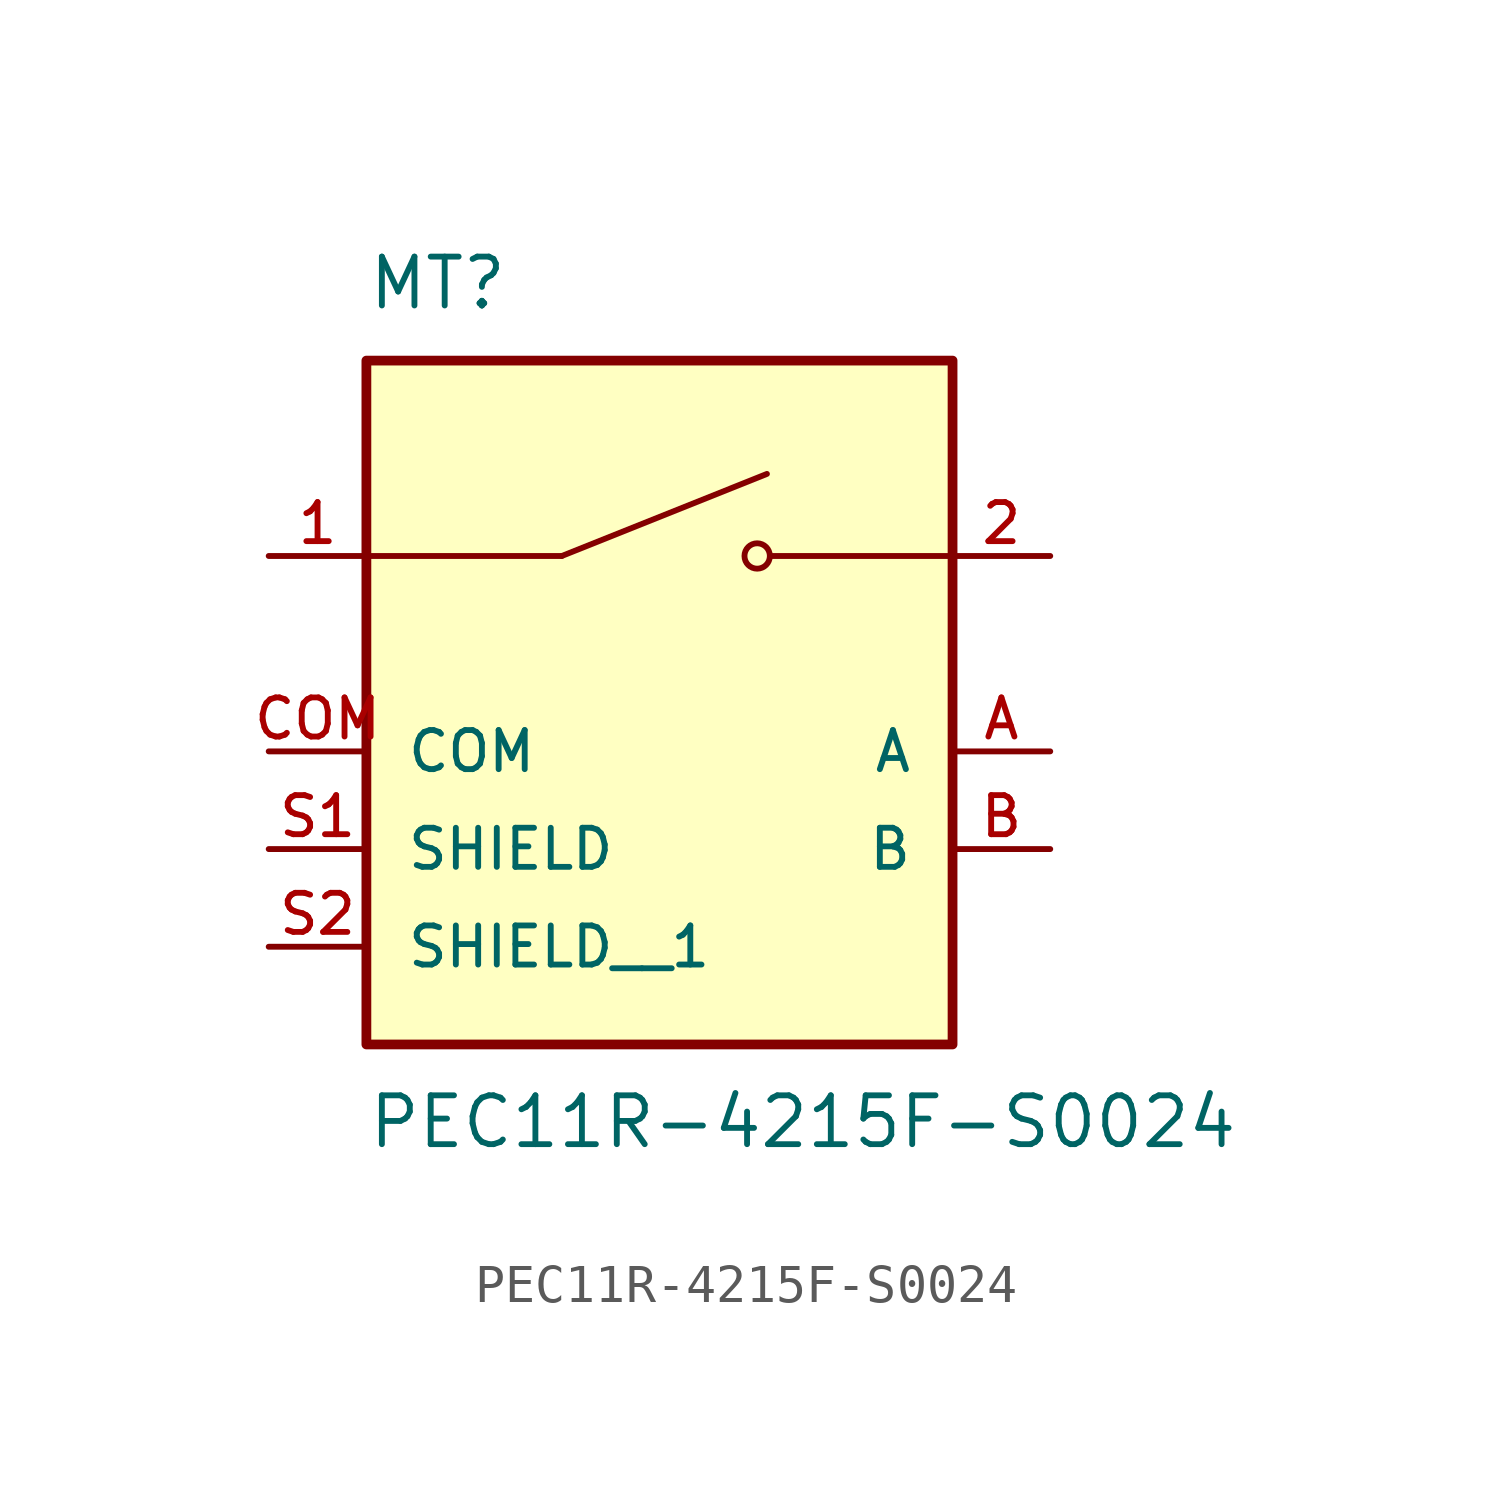
<source format=kicad_sym>
(kicad_symbol_lib
  (version 20211014)
  (generator kicad_symbol_editor)
  (symbol "PEC11R-4215F-S0024"
    (pin_names
      (offset 1.016))
    (property "Reference" "MT"
      (at -7.62 8.89 0)
      (effects (font (size 1.27 1.27)) (justify bottom left)))
    (property "Value" "PEC11R-4215F-S0024"
      (at -7.62 -11.43 0)
      (effects (font (size 1.27 1.27)) (justify top left)))
    (symbol "PEC11R-4215F-S0024_0_0"
      (polyline (pts (xy -2.54 2.54) (xy 2.794 4.674)) (stroke (width 0.152)))
      (circle (center 2.54 2.54) (radius 0.33) (stroke (width 0.152)) (fill (type none)))
      (polyline (pts (xy 7.62 2.54) (xy 2.921 2.54)) (stroke (width 0.152)))
      (polyline (pts (xy -2.54 2.54) (xy -7.62 2.54)) (stroke (width 0.152)))
      (rectangle (start -7.62 -10.16) (end 7.62 7.62) (stroke (width 0.254)) (fill (type background)))
      (pin passive line (at -10.16 2.54 0) (length 2.54) (name "~" (effects (font (size 1.016 1.016)))) (number "1" (effects (font (size 1.016 1.016)))))
      (pin passive line (at 10.16 2.54 180.0) (length 2.54) (name "~" (effects (font (size 1.016 1.016)))) (number "2" (effects (font (size 1.016 1.016)))))
      (pin passive line (at 10.16 -2.54 180.0) (length 2.54) (name "A" (effects (font (size 1.016 1.016)))) (number "A" (effects (font (size 1.016 1.016)))))
      (pin passive line (at 10.16 -5.08 180.0) (length 2.54) (name "B" (effects (font (size 1.016 1.016)))) (number "B" (effects (font (size 1.016 1.016)))))
      (pin passive line (at -10.16 -2.54 0) (length 2.54) (name "COM" (effects (font (size 1.016 1.016)))) (number "COM" (effects (font (size 1.016 1.016)))))
      (pin passive line (at -10.16 -5.08 0) (length 2.54) (name "SHIELD" (effects (font (size 1.016 1.016)))) (number "S1" (effects (font (size 1.016 1.016)))))
      (pin passive line (at -10.16 -7.62 0) (length 2.54) (name "SHIELD__1" (effects (font (size 1.016 1.016)))) (number "S2" (effects (font (size 1.016 1.016))))))))
</source>
